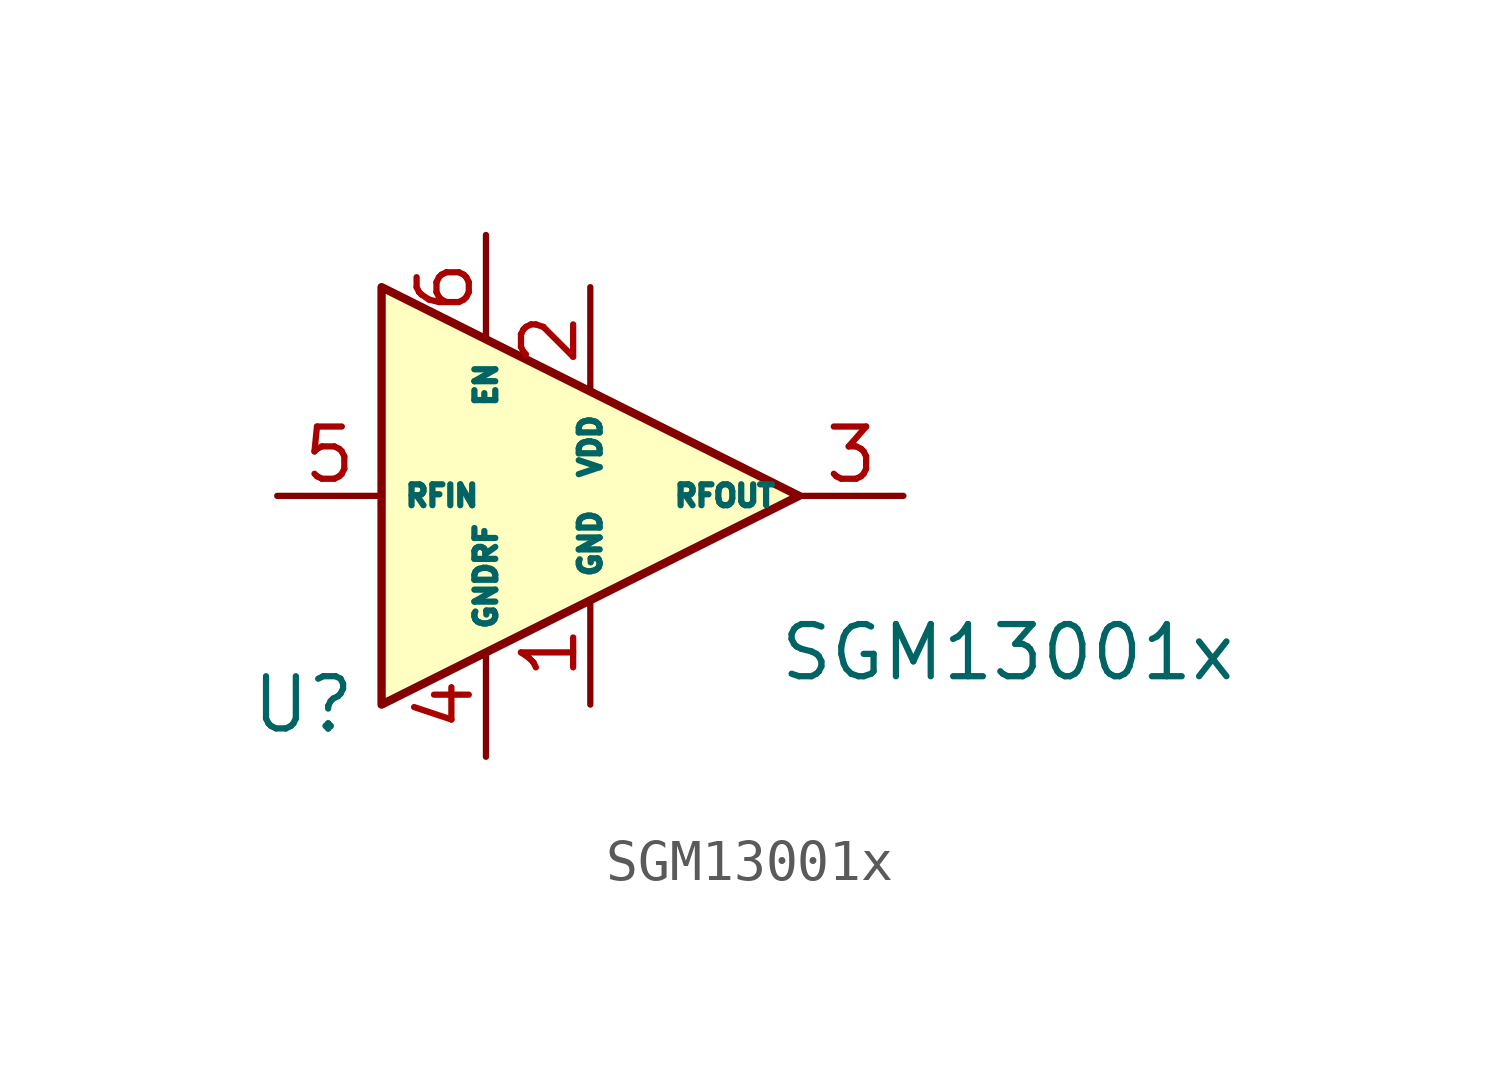
<source format=kicad_sym>
(kicad_symbol_lib
  (version 20231120)
  (generator "kicad_symbol_editor")
  (generator_version "8.0")
  (symbol "SGM13001x"
    (property "Reference" "U"
      (at -5.08 -5.08 0)
      (effects (font (size 1.27 1.27))))
    (property "Value" "SGM13001x"
      (at 12.065 -3.81 0)
      (effects (font (size 1.27 1.27))))
    (symbol "SGM13001x_1_1"
      (polyline (pts (xy -3.175 5.08) (xy -3.175 -5.08) (xy 6.985 0) (xy -3.175 5.08)) (stroke (width 0.203) (type solid)) (fill (type background)))
      (pin power_in line (at 1.905 -5.08 90) (length 2.54) (name "GND" (effects (font (size 0.508 0.508)))) (number "1" (effects (font (size 1.27 1.27)))))
      (pin power_in line (at 1.905 5.08 270) (length 2.54) (name "VDD" (effects (font (size 0.508 0.508)))) (number "2" (effects (font (size 1.27 1.27)))))
      (pin input line (at 9.525 0 180) (length 2.54) (name "RFOUT" (effects (font (size 0.508 0.508)))) (number "3" (effects (font (size 1.27 1.27)))))
      (pin power_in line (at -0.635 -6.35 90) (length 2.54) (name "GNDRF" (effects (font (size 0.508 0.508)))) (number "4" (effects (font (size 1.27 1.27)))))
      (pin input line (at -5.715 0 0) (length 2.54) (name "RFIN" (effects (font (size 0.508 0.508)))) (number "5" (effects (font (size 1.27 1.27)))))
      (pin power_in line (at -0.635 6.35 270) (length 2.54) (name "EN" (effects (font (size 0.508 0.508)))) (number "6" (effects (font (size 1.27 1.27))))))))
</source>
